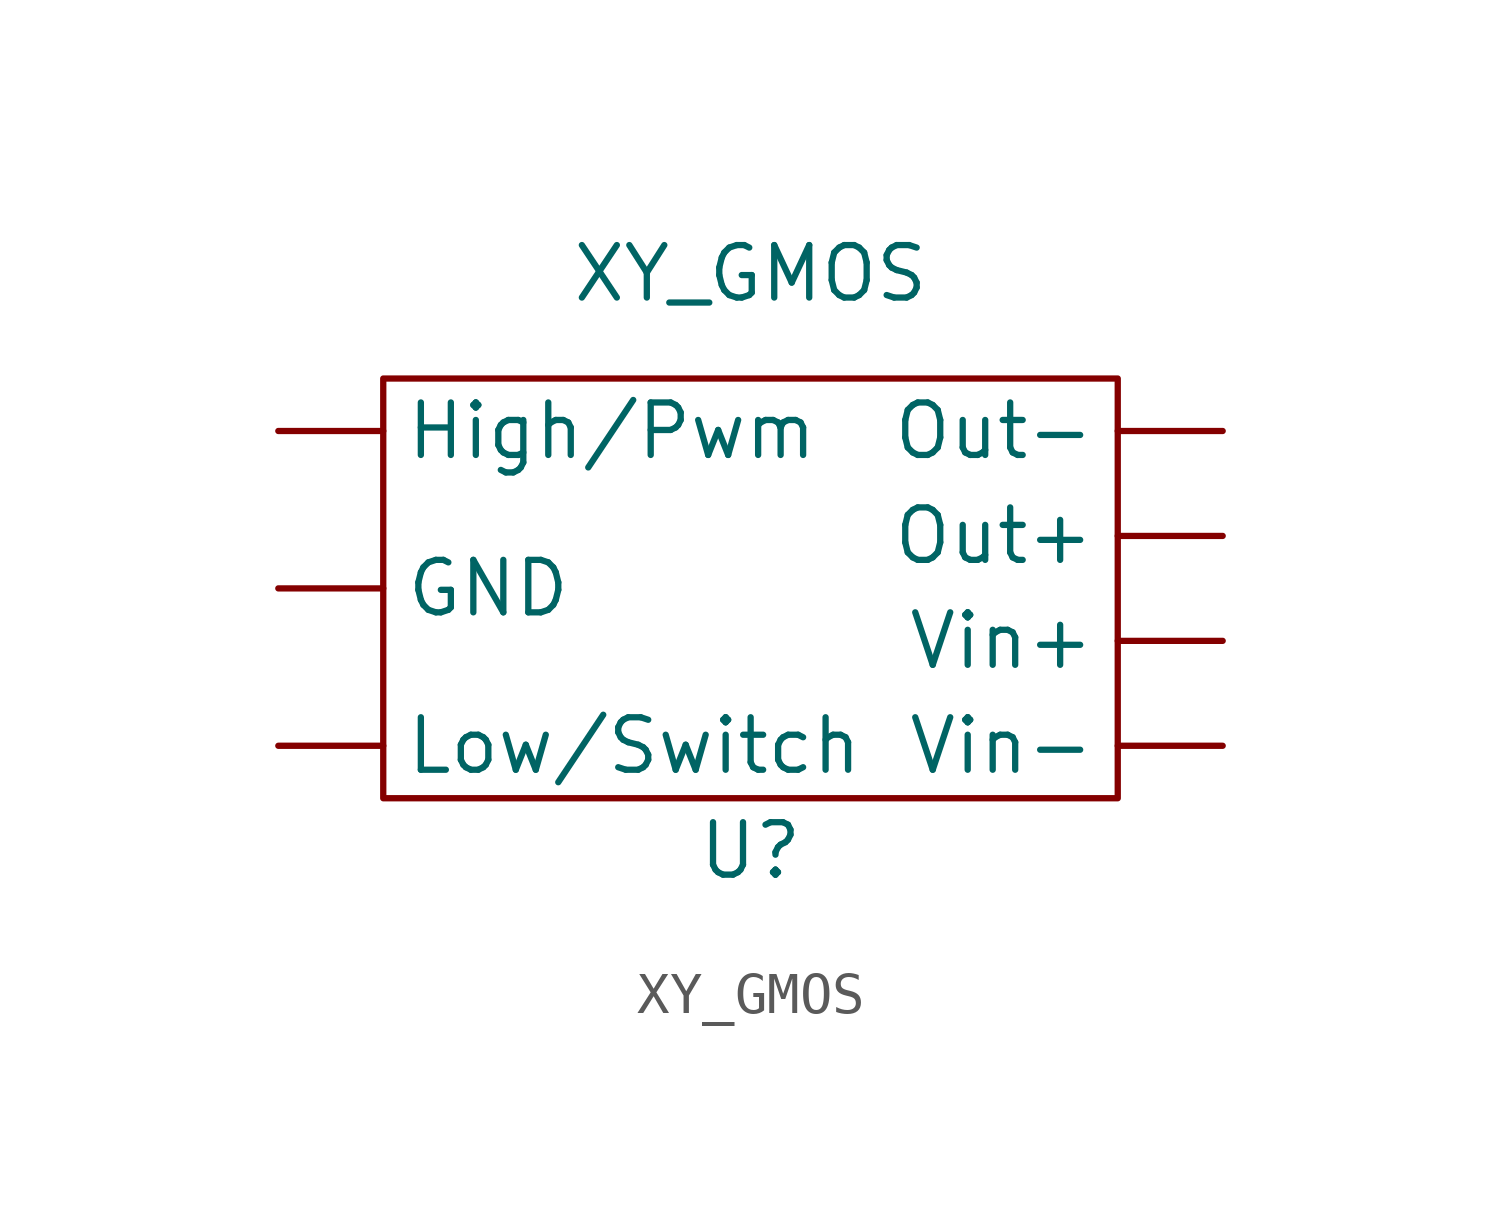
<source format=kicad_sym>
(kicad_symbol_lib
  (version 20211014)
  (generator kicad_symbol_editor)
  (symbol "XY_GMOS"
    (property "Reference" "U"
      (at 0 -6.35 0)
      (effects (font (size 1.27 1.27))))
    (property "Value" "XY_GMOS"
      (at 0 7.62 0)
      (effects (font (size 1.27 1.27))))
    (symbol "XY_GMOS_0_1"
      (rectangle (start -8.89 5.08) (end 8.89 -5.08) (stroke (width 0) (type default) (color 0 0 0 0)) (fill (type none))))
    (symbol "XY_GMOS_1_1"
      (pin input line (at -11.43 0 0) (length 2.54) (name "GND" (effects (font (size 1.27 1.27)))) (number "" (effects (font (size 1.27 1.27)))))
      (pin input line (at -11.43 3.81 0) (length 2.54) (name "High/Pwm" (effects (font (size 1.27 1.27)))) (number "" (effects (font (size 1.27 1.27)))))
      (pin input line (at -11.43 -3.81 0) (length 2.54) (name "Low/Switch" (effects (font (size 1.27 1.27)))) (number "" (effects (font (size 1.27 1.27)))))
      (pin output line (at 11.43 1.27 180) (length 2.54) (name "Out+" (effects (font (size 1.27 1.27)))) (number "" (effects (font (size 1.27 1.27)))))
      (pin output line (at 11.43 3.81 180) (length 2.54) (name "Out-" (effects (font (size 1.27 1.27)))) (number "" (effects (font (size 1.27 1.27)))))
      (pin input line (at 11.43 -1.27 180) (length 2.54) (name "Vin+" (effects (font (size 1.27 1.27)))) (number "" (effects (font (size 1.27 1.27)))))
      (pin output line (at 11.43 -3.81 180) (length 2.54) (name "Vin-" (effects (font (size 1.27 1.27)))) (number "" (effects (font (size 1.27 1.27))))))))
</source>
